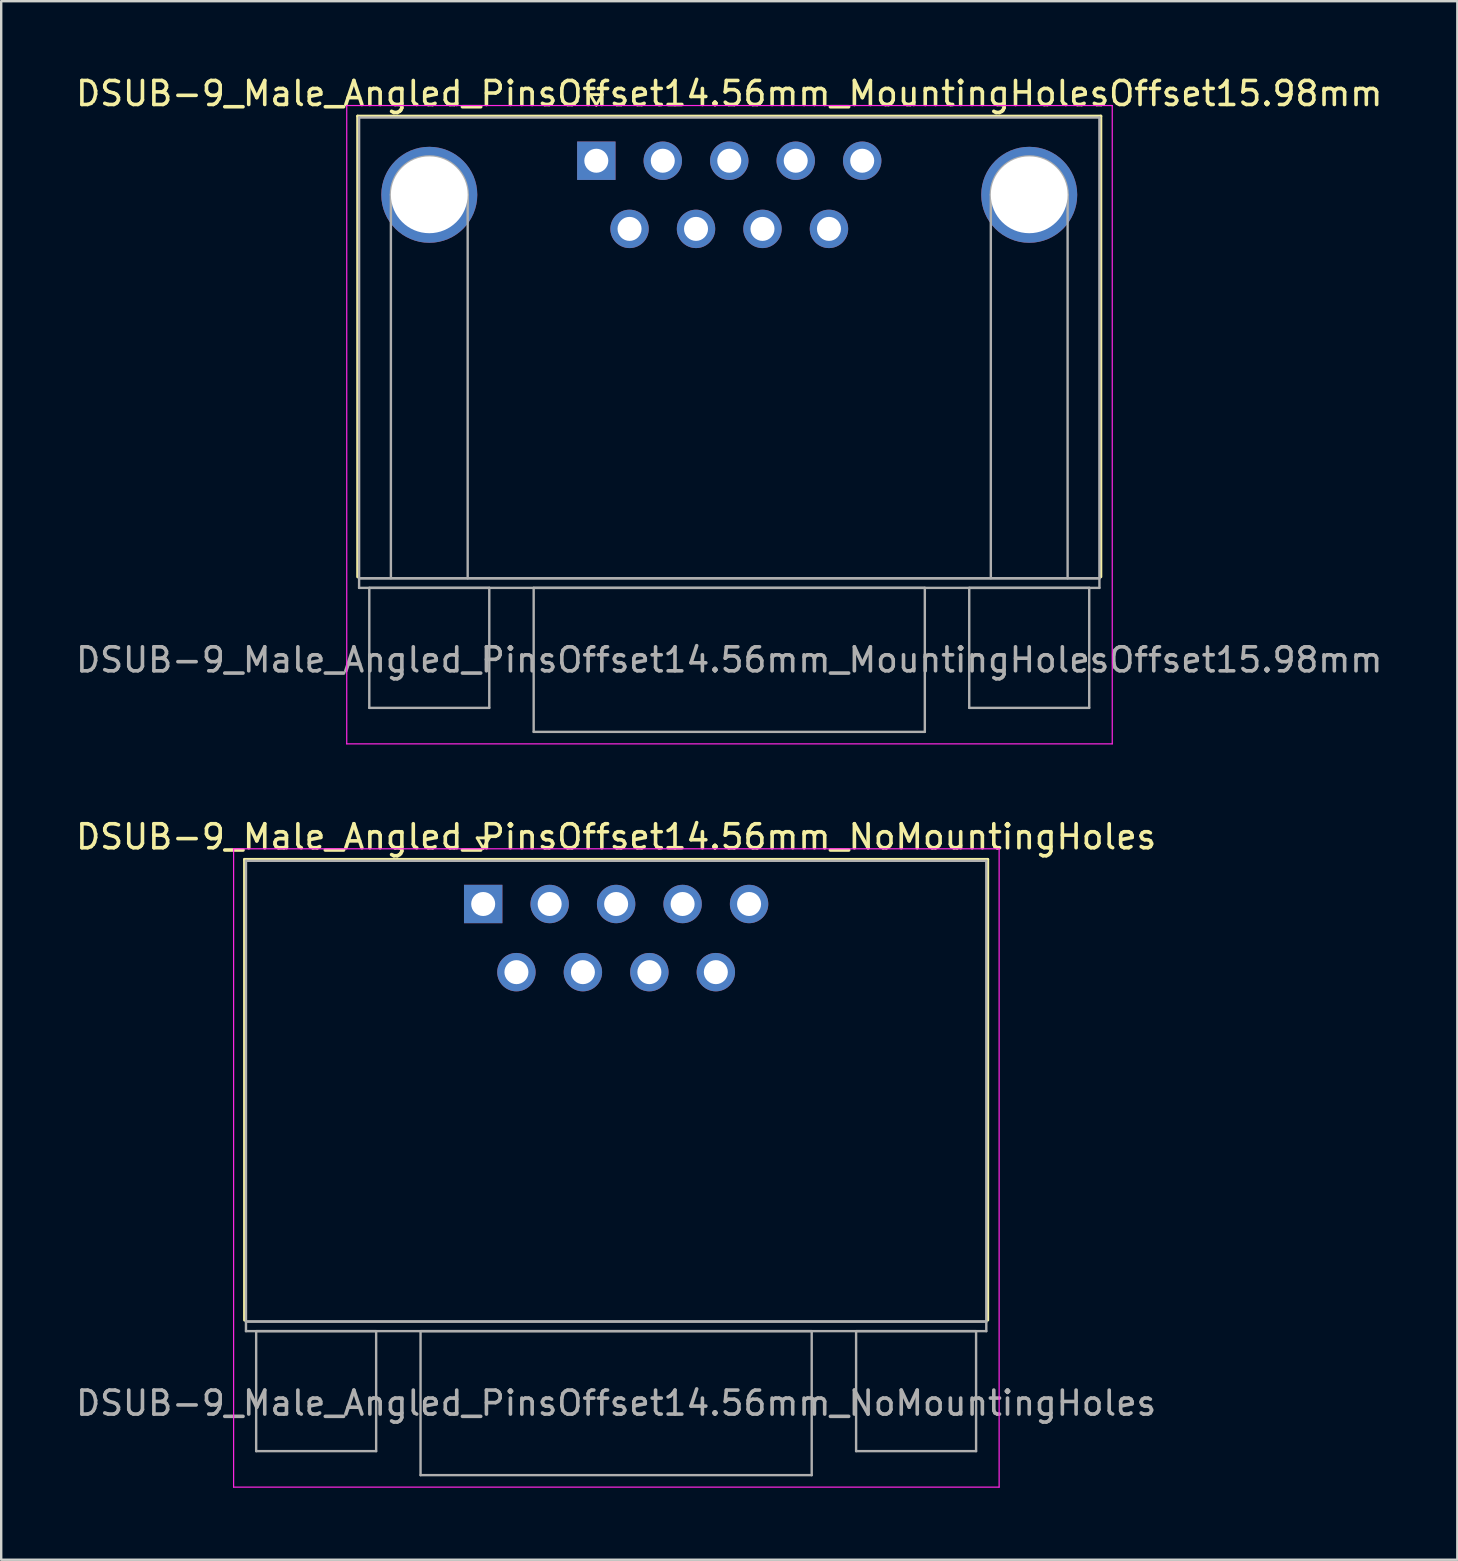
<source format=kicad_pcb>
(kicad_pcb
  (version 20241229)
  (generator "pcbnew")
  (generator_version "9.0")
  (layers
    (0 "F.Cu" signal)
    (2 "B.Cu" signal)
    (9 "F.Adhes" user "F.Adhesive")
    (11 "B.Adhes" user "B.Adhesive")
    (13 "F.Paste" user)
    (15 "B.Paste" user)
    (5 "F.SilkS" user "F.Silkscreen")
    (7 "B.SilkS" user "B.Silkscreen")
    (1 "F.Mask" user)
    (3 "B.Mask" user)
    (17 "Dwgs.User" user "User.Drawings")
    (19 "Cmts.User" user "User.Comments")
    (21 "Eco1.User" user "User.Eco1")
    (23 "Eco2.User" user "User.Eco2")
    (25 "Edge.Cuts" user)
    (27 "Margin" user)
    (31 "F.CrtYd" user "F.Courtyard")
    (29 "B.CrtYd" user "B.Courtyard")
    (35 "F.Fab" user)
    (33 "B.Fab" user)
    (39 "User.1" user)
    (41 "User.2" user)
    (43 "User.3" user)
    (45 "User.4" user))
  (footprint "DSUB-9_Male_Angled_PinsOffset14.56mm_MountingHolesOffset15.98mm"
    (layer "F.Cu")
    (at 21.799 3.648)
    (property "Reference" "DSUB-9_Male_Angled_PinsOffset14.56mm_MountingHolesOffset15.98mm" (at 5.54 -2.8 0) (layer "F.SilkS") (effects (font (size 1 1) (thickness 0.15))))
    (attr through_hole)
    (fp_line (start -9.945 -1.86) (end 21.025 -1.86) (stroke (width 0.12) (type solid)) (layer "F.SilkS"))
    (fp_line (start -9.945 17.34) (end -9.945 -1.86) (stroke (width 0.12) (type solid)) (layer "F.SilkS"))
    (fp_line (start -0.25 -2.754) (end 0.25 -2.754) (stroke (width 0.12) (type solid)) (layer "F.SilkS"))
    (fp_line (start 0 -2.321) (end -0.25 -2.754) (stroke (width 0.12) (type solid)) (layer "F.SilkS"))
    (fp_line (start 0.25 -2.754) (end 0 -2.321) (stroke (width 0.12) (type solid)) (layer "F.SilkS"))
    (fp_line (start 21.025 -1.86) (end 21.025 17.34) (stroke (width 0.12) (type solid)) (layer "F.SilkS"))
    (fp_line (start -10.4 -2.3) (end -10.4 24.3) (stroke (width 0.05) (type solid)) (layer "F.CrtYd"))
    (fp_line (start -10.4 24.3) (end 21.5 24.3) (stroke (width 0.05) (type solid)) (layer "F.CrtYd"))
    (fp_line (start 21.5 -2.3) (end -10.4 -2.3) (stroke (width 0.05) (type solid)) (layer "F.CrtYd"))
    (fp_line (start 21.5 24.3) (end 21.5 -2.3) (stroke (width 0.05) (type solid)) (layer "F.CrtYd"))
    (fp_line (start -9.885 -1.8) (end -9.885 17.4) (stroke (width 0.1) (type solid)) (layer "F.Fab"))
    (fp_line (start -9.885 17.4) (end -9.885 17.8) (stroke (width 0.1) (type solid)) (layer "F.Fab"))
    (fp_line (start -9.885 17.4) (end 20.965 17.4) (stroke (width 0.1) (type solid)) (layer "F.Fab"))
    (fp_line (start -9.885 17.8) (end 20.965 17.8) (stroke (width 0.1) (type solid)) (layer "F.Fab"))
    (fp_line (start -9.46 17.8) (end -9.46 22.8) (stroke (width 0.1) (type solid)) (layer "F.Fab"))
    (fp_line (start -9.46 22.8) (end -4.46 22.8) (stroke (width 0.1) (type solid)) (layer "F.Fab"))
    (fp_line (start -8.56 17.4) (end -8.56 1.42) (stroke (width 0.1) (type solid)) (layer "F.Fab"))
    (fp_line (start -5.36 17.4) (end -5.36 1.42) (stroke (width 0.1) (type solid)) (layer "F.Fab"))
    (fp_line (start -4.46 17.8) (end -9.46 17.8) (stroke (width 0.1) (type solid)) (layer "F.Fab"))
    (fp_line (start -4.46 22.8) (end -4.46 17.8) (stroke (width 0.1) (type solid)) (layer "F.Fab"))
    (fp_line (start -2.61 17.8) (end -2.61 23.8) (stroke (width 0.1) (type solid)) (layer "F.Fab"))
    (fp_line (start -2.61 23.8) (end 13.69 23.8) (stroke (width 0.1) (type solid)) (layer "F.Fab"))
    (fp_line (start 13.69 17.8) (end -2.61 17.8) (stroke (width 0.1) (type solid)) (layer "F.Fab"))
    (fp_line (start 13.69 23.8) (end 13.69 17.8) (stroke (width 0.1) (type solid)) (layer "F.Fab"))
    (fp_line (start 15.54 17.8) (end 15.54 22.8) (stroke (width 0.1) (type solid)) (layer "F.Fab"))
    (fp_line (start 15.54 22.8) (end 20.54 22.8) (stroke (width 0.1) (type solid)) (layer "F.Fab"))
    (fp_line (start 16.44 17.4) (end 16.44 1.42) (stroke (width 0.1) (type solid)) (layer "F.Fab"))
    (fp_line (start 19.64 17.4) (end 19.64 1.42) (stroke (width 0.1) (type solid)) (layer "F.Fab"))
    (fp_line (start 20.54 17.8) (end 15.54 17.8) (stroke (width 0.1) (type solid)) (layer "F.Fab"))
    (fp_line (start 20.54 22.8) (end 20.54 17.8) (stroke (width 0.1) (type solid)) (layer "F.Fab"))
    (fp_line (start 20.965 -1.8) (end -9.885 -1.8) (stroke (width 0.1) (type solid)) (layer "F.Fab"))
    (fp_line (start 20.965 17.4) (end -9.885 17.4) (stroke (width 0.1) (type solid)) (layer "F.Fab"))
    (fp_line (start 20.965 17.4) (end 20.965 -1.8) (stroke (width 0.1) (type solid)) (layer "F.Fab"))
    (fp_line (start 20.965 17.8) (end 20.965 17.4) (stroke (width 0.1) (type solid)) (layer "F.Fab"))
    (fp_arc (start -8.56 1.42) (mid -6.96 -0.18) (end -5.36 1.42) (stroke (width 0.1) (type solid)) (layer "F.Fab"))
    (fp_arc (start 16.44 1.42) (mid 18.04 -0.18) (end 19.64 1.42) (stroke (width 0.1) (type solid)) (layer "F.Fab"))
    (fp_text user "${REFERENCE}" (at 5.54 20.8 0) (layer "F.Fab") (effects (font (size 1 1) (thickness 0.15))))
    (pad "0" thru_hole circle (at -6.96 1.42) (size 4 4) (drill 3.2) (layers "*.Cu" "*.Mask"))
    (pad "0" thru_hole circle (at 18.04 1.42) (size 4 4) (drill 3.2) (layers "*.Cu" "*.Mask"))
    (pad "1" thru_hole rect (at 0 0) (size 1.6 1.6) (drill 1) (layers "*.Cu" "*.Mask"))
    (pad "2" thru_hole circle (at 2.77 0) (size 1.6 1.6) (drill 1) (layers "*.Cu" "*.Mask"))
    (pad "3" thru_hole circle (at 5.54 0) (size 1.6 1.6) (drill 1) (layers "*.Cu" "*.Mask"))
    (pad "4" thru_hole circle (at 8.31 0) (size 1.6 1.6) (drill 1) (layers "*.Cu" "*.Mask"))
    (pad "5" thru_hole circle (at 11.08 0) (size 1.6 1.6) (drill 1) (layers "*.Cu" "*.Mask"))
    (pad "6" thru_hole circle (at 1.385 2.84) (size 1.6 1.6) (drill 1) (layers "*.Cu" "*.Mask"))
    (pad "7" thru_hole circle (at 4.155 2.84) (size 1.6 1.6) (drill 1) (layers "*.Cu" "*.Mask"))
    (pad "8" thru_hole circle (at 6.925 2.84) (size 1.6 1.6) (drill 1) (layers "*.Cu" "*.Mask"))
    (pad "9" thru_hole circle (at 9.695 2.84) (size 1.6 1.6) (drill 1) (layers "*.Cu" "*.Mask")))
  (footprint "DSUB-9_Male_Angled_PinsOffset14.56mm_NoMountingHoles"
    (layer "F.Cu")
    (at 17.085 34.621)
    (property "Reference" "DSUB-9_Male_Angled_PinsOffset14.56mm_NoMountingHoles" (at 5.54 -2.8 0) (layer "F.SilkS") (effects (font (size 1 1) (thickness 0.15))))
    (attr through_hole)
    (fp_line (start -9.945 -1.86) (end 21.025 -1.86) (stroke (width 0.12) (type solid)) (layer "F.SilkS"))
    (fp_line (start -9.945 17.34) (end -9.945 -1.86) (stroke (width 0.12) (type solid)) (layer "F.SilkS"))
    (fp_line (start -0.25 -2.754) (end 0.25 -2.754) (stroke (width 0.12) (type solid)) (layer "F.SilkS"))
    (fp_line (start 0 -2.321) (end -0.25 -2.754) (stroke (width 0.12) (type solid)) (layer "F.SilkS"))
    (fp_line (start 0.25 -2.754) (end 0 -2.321) (stroke (width 0.12) (type solid)) (layer "F.SilkS"))
    (fp_line (start 21.025 -1.86) (end 21.025 17.34) (stroke (width 0.12) (type solid)) (layer "F.SilkS"))
    (fp_line (start -10.4 -2.3) (end -10.4 24.3) (stroke (width 0.05) (type solid)) (layer "F.CrtYd"))
    (fp_line (start -10.4 24.3) (end 21.5 24.3) (stroke (width 0.05) (type solid)) (layer "F.CrtYd"))
    (fp_line (start 21.5 -2.3) (end -10.4 -2.3) (stroke (width 0.05) (type solid)) (layer "F.CrtYd"))
    (fp_line (start 21.5 24.3) (end 21.5 -2.3) (stroke (width 0.05) (type solid)) (layer "F.CrtYd"))
    (fp_line (start -9.885 -1.8) (end -9.885 17.4) (stroke (width 0.1) (type solid)) (layer "F.Fab"))
    (fp_line (start -9.885 17.4) (end -9.885 17.8) (stroke (width 0.1) (type solid)) (layer "F.Fab"))
    (fp_line (start -9.885 17.4) (end 20.965 17.4) (stroke (width 0.1) (type solid)) (layer "F.Fab"))
    (fp_line (start -9.885 17.8) (end 20.965 17.8) (stroke (width 0.1) (type solid)) (layer "F.Fab"))
    (fp_line (start -9.46 17.8) (end -9.46 22.8) (stroke (width 0.1) (type solid)) (layer "F.Fab"))
    (fp_line (start -9.46 22.8) (end -4.46 22.8) (stroke (width 0.1) (type solid)) (layer "F.Fab"))
    (fp_line (start -4.46 17.8) (end -9.46 17.8) (stroke (width 0.1) (type solid)) (layer "F.Fab"))
    (fp_line (start -4.46 22.8) (end -4.46 17.8) (stroke (width 0.1) (type solid)) (layer "F.Fab"))
    (fp_line (start -2.61 17.8) (end -2.61 23.8) (stroke (width 0.1) (type solid)) (layer "F.Fab"))
    (fp_line (start -2.61 23.8) (end 13.69 23.8) (stroke (width 0.1) (type solid)) (layer "F.Fab"))
    (fp_line (start 13.69 17.8) (end -2.61 17.8) (stroke (width 0.1) (type solid)) (layer "F.Fab"))
    (fp_line (start 13.69 23.8) (end 13.69 17.8) (stroke (width 0.1) (type solid)) (layer "F.Fab"))
    (fp_line (start 15.54 17.8) (end 15.54 22.8) (stroke (width 0.1) (type solid)) (layer "F.Fab"))
    (fp_line (start 15.54 22.8) (end 20.54 22.8) (stroke (width 0.1) (type solid)) (layer "F.Fab"))
    (fp_line (start 20.54 17.8) (end 15.54 17.8) (stroke (width 0.1) (type solid)) (layer "F.Fab"))
    (fp_line (start 20.54 22.8) (end 20.54 17.8) (stroke (width 0.1) (type solid)) (layer "F.Fab"))
    (fp_line (start 20.965 -1.8) (end -9.885 -1.8) (stroke (width 0.1) (type solid)) (layer "F.Fab"))
    (fp_line (start 20.965 17.4) (end -9.885 17.4) (stroke (width 0.1) (type solid)) (layer "F.Fab"))
    (fp_line (start 20.965 17.4) (end 20.965 -1.8) (stroke (width 0.1) (type solid)) (layer "F.Fab"))
    (fp_line (start 20.965 17.8) (end 20.965 17.4) (stroke (width 0.1) (type solid)) (layer "F.Fab"))
    (fp_text user "${REFERENCE}" (at 5.54 20.8 0) (layer "F.Fab") (effects (font (size 1 1) (thickness 0.15))))
    (pad "1" thru_hole rect (at 0 0) (size 1.6 1.6) (drill 1) (layers "*.Cu" "*.Mask"))
    (pad "2" thru_hole circle (at 2.77 0) (size 1.6 1.6) (drill 1) (layers "*.Cu" "*.Mask"))
    (pad "3" thru_hole circle (at 5.54 0) (size 1.6 1.6) (drill 1) (layers "*.Cu" "*.Mask"))
    (pad "4" thru_hole circle (at 8.31 0) (size 1.6 1.6) (drill 1) (layers "*.Cu" "*.Mask"))
    (pad "5" thru_hole circle (at 11.08 0) (size 1.6 1.6) (drill 1) (layers "*.Cu" "*.Mask"))
    (pad "6" thru_hole circle (at 1.385 2.84) (size 1.6 1.6) (drill 1) (layers "*.Cu" "*.Mask"))
    (pad "7" thru_hole circle (at 4.155 2.84) (size 1.6 1.6) (drill 1) (layers "*.Cu" "*.Mask"))
    (pad "8" thru_hole circle (at 6.925 2.84) (size 1.6 1.6) (drill 1) (layers "*.Cu" "*.Mask"))
    (pad "9" thru_hole circle (at 9.695 2.84) (size 1.6 1.6) (drill 1) (layers "*.Cu" "*.Mask")))
  (gr_rect
    (start -3 -3)
    (end 57.679 61.947)
    (stroke (width 0.1) (type default))
    (fill no)
    (layer "Edge.Cuts")))
</source>
